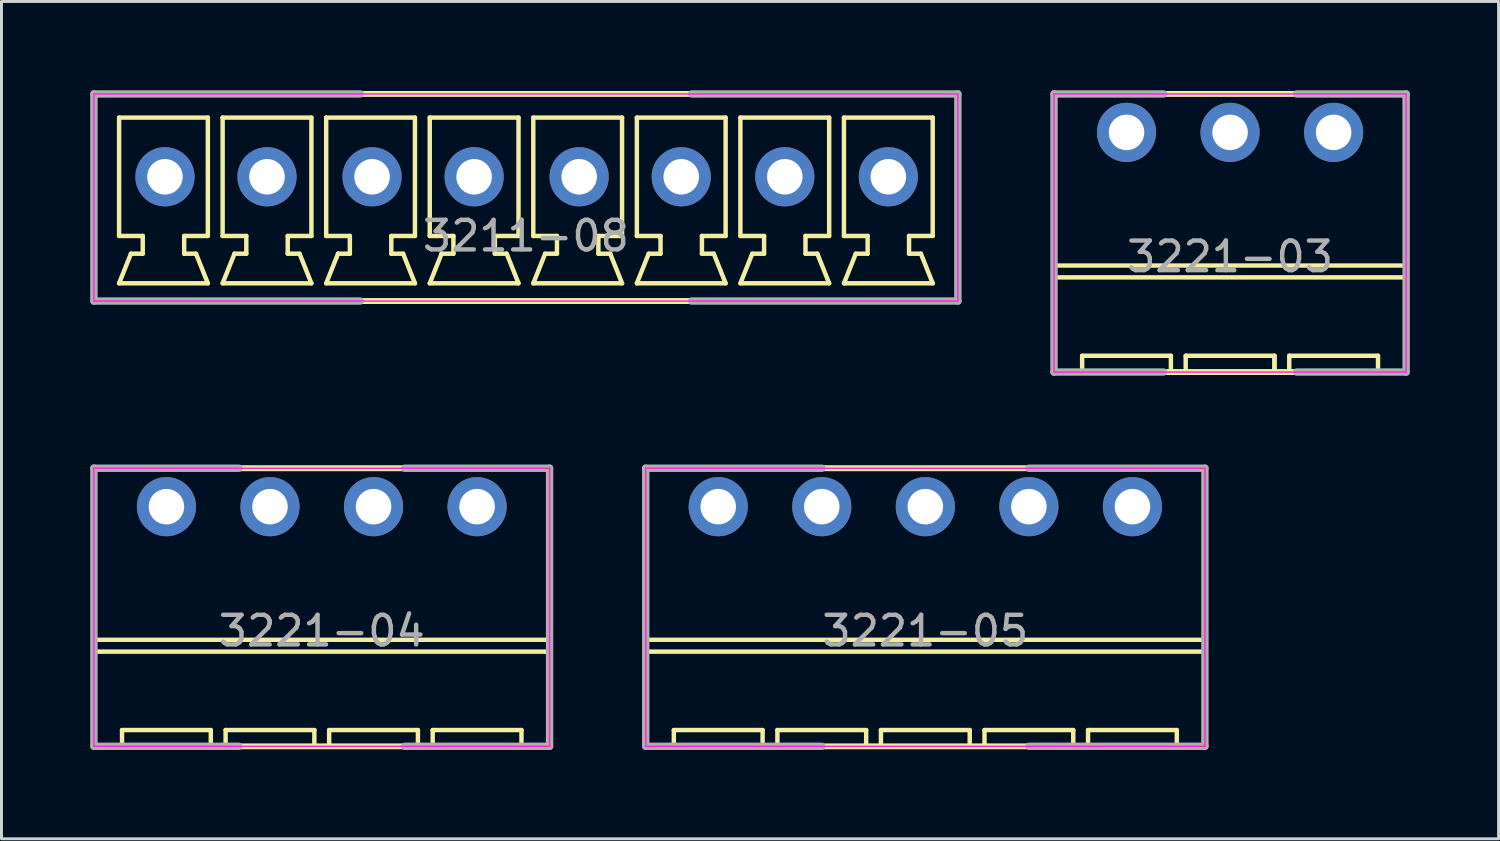
<source format=kicad_pcb>
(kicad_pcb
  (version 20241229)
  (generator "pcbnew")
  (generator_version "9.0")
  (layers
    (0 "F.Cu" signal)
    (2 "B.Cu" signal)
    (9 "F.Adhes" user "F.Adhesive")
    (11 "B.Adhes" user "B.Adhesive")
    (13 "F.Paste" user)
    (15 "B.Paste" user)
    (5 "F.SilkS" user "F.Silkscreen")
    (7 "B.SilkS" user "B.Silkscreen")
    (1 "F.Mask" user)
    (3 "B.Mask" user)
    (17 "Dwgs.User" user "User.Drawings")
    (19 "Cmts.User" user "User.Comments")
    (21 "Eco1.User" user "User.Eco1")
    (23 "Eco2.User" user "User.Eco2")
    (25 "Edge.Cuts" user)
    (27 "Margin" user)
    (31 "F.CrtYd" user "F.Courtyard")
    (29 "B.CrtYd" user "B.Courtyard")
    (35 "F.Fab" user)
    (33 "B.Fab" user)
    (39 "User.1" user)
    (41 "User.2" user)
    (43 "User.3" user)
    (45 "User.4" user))
  (footprint "3221-05"
    (layer "F.Cu")
    (at 28.225 14.075)
    (property "Reference" "3221-05" (at 0 4.2 0) (layer "F.Fab") (effects (font (size 1 1) (thickness 0.15))))
    (attr through_hole)
    (fp_line (start -9.45 -1.3) (end -9.45 8.1) (stroke (width 0.2) (type solid)) (layer "F.SilkS"))
    (fp_line (start -9.45 -1.3) (end 9.45 -1.3) (stroke (width 0.2) (type solid)) (layer "F.SilkS"))
    (fp_line (start -9.45 8.1) (end 9.45 8.1) (stroke (width 0.2) (type solid)) (layer "F.SilkS"))
    (fp_line (start -9.4 4.5) (end 9.45 4.5) (stroke (width 0.15) (type solid)) (layer "F.SilkS"))
    (fp_line (start -8.5 7.55) (end -5.5 7.55) (stroke (width 0.15) (type solid)) (layer "F.SilkS"))
    (fp_line (start -8.5 8.1) (end -8.5 7.55) (stroke (width 0.15) (type solid)) (layer "F.SilkS"))
    (fp_line (start -5.5 7.55) (end -5.5 8) (stroke (width 0.15) (type solid)) (layer "F.SilkS"))
    (fp_line (start -5 7.55) (end -2 7.55) (stroke (width 0.15) (type solid)) (layer "F.SilkS"))
    (fp_line (start -5 8.1) (end -5 7.55) (stroke (width 0.15) (type solid)) (layer "F.SilkS"))
    (fp_line (start -2 7.55) (end -2 8) (stroke (width 0.15) (type solid)) (layer "F.SilkS"))
    (fp_line (start -1.5 7.55) (end 1.5 7.55) (stroke (width 0.15) (type solid)) (layer "F.SilkS"))
    (fp_line (start -1.5 8.1) (end -1.5 7.55) (stroke (width 0.15) (type solid)) (layer "F.SilkS"))
    (fp_line (start 1.5 7.55) (end 1.5 8) (stroke (width 0.15) (type solid)) (layer "F.SilkS"))
    (fp_line (start 2 7.55) (end 5 7.55) (stroke (width 0.15) (type solid)) (layer "F.SilkS"))
    (fp_line (start 2 8) (end 2 7.55) (stroke (width 0.15) (type solid)) (layer "F.SilkS"))
    (fp_line (start 5 7.55) (end 5 8.1) (stroke (width 0.15) (type solid)) (layer "F.SilkS"))
    (fp_line (start 5.5 7.55) (end 8.5 7.55) (stroke (width 0.15) (type solid)) (layer "F.SilkS"))
    (fp_line (start 5.5 8) (end 5.5 7.55) (stroke (width 0.15) (type solid)) (layer "F.SilkS"))
    (fp_line (start 8.5 7.55) (end 8.5 8.1) (stroke (width 0.15) (type solid)) (layer "F.SilkS"))
    (fp_line (start 9.45 -1.3) (end 9.45 8.1) (stroke (width 0.2) (type solid)) (layer "F.SilkS"))
    (fp_line (start 9.45 4.9) (end -9.45 4.9) (stroke (width 0.15) (type solid)) (layer "F.SilkS"))
    (fp_line (start -9.45 -1.3) (end -9.45 8.1) (stroke (width 0.05) (type solid)) (layer "F.CrtYd"))
    (fp_line (start -9.45 8.1) (end 9.45 8.1) (stroke (width 0.05) (type solid)) (layer "F.CrtYd"))
    (fp_line (start 9.45 -1.3) (end -9.45 -1.3) (stroke (width 0.05) (type solid)) (layer "F.CrtYd"))
    (fp_line (start 9.45 8.1) (end 9.45 -1.3) (stroke (width 0.05) (type solid)) (layer "F.CrtYd"))
    (fp_line (start -9.45 -1.3) (end -9.45 8.1) (stroke (width 0.25) (type solid)) (layer "F.Fab"))
    (fp_line (start -9.45 8.1) (end -3.5 8.1) (stroke (width 0.25) (type solid)) (layer "F.Fab"))
    (fp_line (start -3.5 -1.3) (end -9.45 -1.3) (stroke (width 0.25) (type solid)) (layer "F.Fab"))
    (fp_line (start 3.5 -1.3) (end 9.45 -1.3) (stroke (width 0.25) (type solid)) (layer "F.Fab"))
    (fp_line (start 3.5 8.1) (end 9.45 8.1) (stroke (width 0.25) (type solid)) (layer "F.Fab"))
    (fp_line (start 9.45 -1.3) (end 9.45 8.1) (stroke (width 0.25) (type solid)) (layer "F.Fab"))
    (pad "1" thru_hole circle (at -7 0 180) (size 2 2) (drill 1.2) (layers "*.Cu" "*.Mask"))
    (pad "2" thru_hole circle (at -3.5 0 180) (size 2 2) (drill 1.2) (layers "*.Cu" "*.Mask"))
    (pad "3" thru_hole circle (at 0 0 180) (size 2 2) (drill 1.2) (layers "*.Cu" "*.Mask"))
    (pad "4" thru_hole circle (at 3.5 0 180) (size 2 2) (drill 1.2) (layers "*.Cu" "*.Mask"))
    (pad "5" thru_hole circle (at 7 0 180) (size 2 2) (drill 1.2) (layers "*.Cu" "*.Mask")))
  (footprint "3221-04"
    (layer "F.Cu")
    (at 7.825 14.075)
    (property "Reference" "3221-04" (at 0 4.2 0) (layer "F.Fab") (effects (font (size 1 1) (thickness 0.15))))
    (attr through_hole)
    (fp_line (start -7.7 -1.3) (end -7.7 8.1) (stroke (width 0.2) (type solid)) (layer "F.SilkS"))
    (fp_line (start -7.7 -1.3) (end 7.7 -1.3) (stroke (width 0.2) (type solid)) (layer "F.SilkS"))
    (fp_line (start -7.7 4.5) (end 7.7 4.5) (stroke (width 0.15) (type solid)) (layer "F.SilkS"))
    (fp_line (start -7.7 8.1) (end 7.7 8.1) (stroke (width 0.2) (type solid)) (layer "F.SilkS"))
    (fp_line (start -6.75 7.55) (end -3.75 7.55) (stroke (width 0.15) (type solid)) (layer "F.SilkS"))
    (fp_line (start -6.75 8.1) (end -6.75 7.55) (stroke (width 0.15) (type solid)) (layer "F.SilkS"))
    (fp_line (start -3.75 7.55) (end -3.75 8) (stroke (width 0.15) (type solid)) (layer "F.SilkS"))
    (fp_line (start -3.25 7.55) (end -0.25 7.55) (stroke (width 0.15) (type solid)) (layer "F.SilkS"))
    (fp_line (start -3.25 8.1) (end -3.25 7.55) (stroke (width 0.15) (type solid)) (layer "F.SilkS"))
    (fp_line (start -0.25 7.55) (end -0.25 8) (stroke (width 0.15) (type solid)) (layer "F.SilkS"))
    (fp_line (start 0.25 7.55) (end 3.25 7.55) (stroke (width 0.15) (type solid)) (layer "F.SilkS"))
    (fp_line (start 0.25 8.1) (end 0.25 7.55) (stroke (width 0.15) (type solid)) (layer "F.SilkS"))
    (fp_line (start 3.25 7.55) (end 3.25 8) (stroke (width 0.15) (type solid)) (layer "F.SilkS"))
    (fp_line (start 3.75 7.55) (end 6.75 7.55) (stroke (width 0.15) (type solid)) (layer "F.SilkS"))
    (fp_line (start 3.75 8) (end 3.75 7.55) (stroke (width 0.15) (type solid)) (layer "F.SilkS"))
    (fp_line (start 6.75 7.55) (end 6.75 8.1) (stroke (width 0.15) (type solid)) (layer "F.SilkS"))
    (fp_line (start 7.7 -1.3) (end 7.7 8.1) (stroke (width 0.2) (type solid)) (layer "F.SilkS"))
    (fp_line (start 7.7 4.9) (end -7.7 4.9) (stroke (width 0.15) (type solid)) (layer "F.SilkS"))
    (fp_line (start -7.7 -1.3) (end -7.7 8.1) (stroke (width 0.05) (type solid)) (layer "F.CrtYd"))
    (fp_line (start -7.7 8.1) (end 7.7 8.1) (stroke (width 0.05) (type solid)) (layer "F.CrtYd"))
    (fp_line (start 7.7 -1.3) (end -7.7 -1.3) (stroke (width 0.05) (type solid)) (layer "F.CrtYd"))
    (fp_line (start 7.7 8.1) (end 7.7 -1.3) (stroke (width 0.05) (type solid)) (layer "F.CrtYd"))
    (fp_line (start -7.7 -1.3) (end -7.7 8.1) (stroke (width 0.25) (type solid)) (layer "F.Fab"))
    (fp_line (start -7.7 8.1) (end -2.8 8.1) (stroke (width 0.25) (type solid)) (layer "F.Fab"))
    (fp_line (start -2.8 -1.3) (end -7.7 -1.3) (stroke (width 0.25) (type solid)) (layer "F.Fab"))
    (fp_line (start 2.8 -1.3) (end 7.7 -1.3) (stroke (width 0.25) (type solid)) (layer "F.Fab"))
    (fp_line (start 2.8 8.1) (end 7.7 8.1) (stroke (width 0.25) (type solid)) (layer "F.Fab"))
    (fp_line (start 7.7 -1.3) (end 7.7 8.1) (stroke (width 0.25) (type solid)) (layer "F.Fab"))
    (pad "1" thru_hole circle (at -5.25 0 180) (size 2 2) (drill 1.2) (layers "*.Cu" "*.Mask"))
    (pad "2" thru_hole circle (at -1.75 0 180) (size 2 2) (drill 1.2) (layers "*.Cu" "*.Mask"))
    (pad "3" thru_hole circle (at 1.75 0 180) (size 2 2) (drill 1.2) (layers "*.Cu" "*.Mask"))
    (pad "4" thru_hole circle (at 5.25 0 180) (size 2 2) (drill 1.2) (layers "*.Cu" "*.Mask")))
  (footprint "3211-08"
    (layer "F.Cu")
    (at 14.725 2.925)
    (property "Reference" "3211-08" (at 0 2 180) (layer "F.Fab") (effects (font (size 1 1) (thickness 0.15))))
    (attr through_hole)
    (fp_line (start -14.6 4.2) (end -14.6 -2.8) (stroke (width 0.2) (type solid)) (layer "F.SilkS"))
    (fp_line (start -13.75 -2) (end -13.75 2) (stroke (width 0.15) (type solid)) (layer "F.SilkS"))
    (fp_line (start -13.75 3.6) (end -13.35 2.6) (stroke (width 0.15) (type solid)) (layer "F.SilkS"))
    (fp_line (start -13.35 2.6) (end -12.95 2.6) (stroke (width 0.15) (type solid)) (layer "F.SilkS"))
    (fp_line (start -12.95 2) (end -13.75 2) (stroke (width 0.15) (type solid)) (layer "F.SilkS"))
    (fp_line (start -12.95 2) (end -12.95 2.6) (stroke (width 0.15) (type solid)) (layer "F.SilkS"))
    (fp_line (start -11.55 2) (end -11.55 2.6) (stroke (width 0.15) (type solid)) (layer "F.SilkS"))
    (fp_line (start -11.55 2.6) (end -11.15 2.6) (stroke (width 0.15) (type solid)) (layer "F.SilkS"))
    (fp_line (start -11.15 2.6) (end -10.75 3.6) (stroke (width 0.15) (type solid)) (layer "F.SilkS"))
    (fp_line (start -10.75 -2) (end -13.75 -2) (stroke (width 0.15) (type solid)) (layer "F.SilkS"))
    (fp_line (start -10.75 -2) (end -10.75 2) (stroke (width 0.15) (type solid)) (layer "F.SilkS"))
    (fp_line (start -10.75 2) (end -11.55 2) (stroke (width 0.15) (type solid)) (layer "F.SilkS"))
    (fp_line (start -10.75 3.6) (end -13.75 3.6) (stroke (width 0.15) (type solid)) (layer "F.SilkS"))
    (fp_line (start -10.25 -2) (end -10.25 2) (stroke (width 0.15) (type solid)) (layer "F.SilkS"))
    (fp_line (start -10.25 3.6) (end -9.85 2.6) (stroke (width 0.15) (type solid)) (layer "F.SilkS"))
    (fp_line (start -9.85 2.6) (end -9.45 2.6) (stroke (width 0.15) (type solid)) (layer "F.SilkS"))
    (fp_line (start -9.45 2) (end -10.25 2) (stroke (width 0.15) (type solid)) (layer "F.SilkS"))
    (fp_line (start -9.45 2) (end -9.45 2.6) (stroke (width 0.15) (type solid)) (layer "F.SilkS"))
    (fp_line (start -8.05 2) (end -8.05 2.6) (stroke (width 0.15) (type solid)) (layer "F.SilkS"))
    (fp_line (start -8.05 2.6) (end -7.65 2.6) (stroke (width 0.15) (type solid)) (layer "F.SilkS"))
    (fp_line (start -7.65 2.6) (end -7.25 3.6) (stroke (width 0.15) (type solid)) (layer "F.SilkS"))
    (fp_line (start -7.25 -2) (end -10.25 -2) (stroke (width 0.15) (type solid)) (layer "F.SilkS"))
    (fp_line (start -7.25 -2) (end -7.25 2) (stroke (width 0.15) (type solid)) (layer "F.SilkS"))
    (fp_line (start -7.25 2) (end -8.05 2) (stroke (width 0.15) (type solid)) (layer "F.SilkS"))
    (fp_line (start -7.25 3.6) (end -10.25 3.6) (stroke (width 0.15) (type solid)) (layer "F.SilkS"))
    (fp_line (start -6.75 -2) (end -6.75 2) (stroke (width 0.15) (type solid)) (layer "F.SilkS"))
    (fp_line (start -6.75 3.6) (end -6.35 2.6) (stroke (width 0.15) (type solid)) (layer "F.SilkS"))
    (fp_line (start -6.35 2.6) (end -5.95 2.6) (stroke (width 0.15) (type solid)) (layer "F.SilkS"))
    (fp_line (start -5.95 2) (end -6.75 2) (stroke (width 0.15) (type solid)) (layer "F.SilkS"))
    (fp_line (start -5.95 2) (end -5.95 2.6) (stroke (width 0.15) (type solid)) (layer "F.SilkS"))
    (fp_line (start -4.55 2) (end -4.55 2.6) (stroke (width 0.15) (type solid)) (layer "F.SilkS"))
    (fp_line (start -4.55 2.6) (end -4.15 2.6) (stroke (width 0.15) (type solid)) (layer "F.SilkS"))
    (fp_line (start -4.15 2.6) (end -3.75 3.6) (stroke (width 0.15) (type solid)) (layer "F.SilkS"))
    (fp_line (start -3.75 -2) (end -6.75 -2) (stroke (width 0.15) (type solid)) (layer "F.SilkS"))
    (fp_line (start -3.75 -2) (end -3.75 2) (stroke (width 0.15) (type solid)) (layer "F.SilkS"))
    (fp_line (start -3.75 2) (end -4.55 2) (stroke (width 0.15) (type solid)) (layer "F.SilkS"))
    (fp_line (start -3.75 3.6) (end -6.75 3.6) (stroke (width 0.15) (type solid)) (layer "F.SilkS"))
    (fp_line (start -3.25 -2) (end -3.25 2) (stroke (width 0.15) (type solid)) (layer "F.SilkS"))
    (fp_line (start -3.25 3.6) (end -2.85 2.6) (stroke (width 0.15) (type solid)) (layer "F.SilkS"))
    (fp_line (start -2.85 2.6) (end -2.45 2.6) (stroke (width 0.15) (type solid)) (layer "F.SilkS"))
    (fp_line (start -2.45 2) (end -3.25 2) (stroke (width 0.15) (type solid)) (layer "F.SilkS"))
    (fp_line (start -2.45 2) (end -2.45 2.6) (stroke (width 0.15) (type solid)) (layer "F.SilkS"))
    (fp_line (start -1.05 2) (end -1.05 2.6) (stroke (width 0.15) (type solid)) (layer "F.SilkS"))
    (fp_line (start -1.05 2.6) (end -0.65 2.6) (stroke (width 0.15) (type solid)) (layer "F.SilkS"))
    (fp_line (start -0.65 2.6) (end -0.25 3.6) (stroke (width 0.15) (type solid)) (layer "F.SilkS"))
    (fp_line (start -0.25 -2) (end -3.25 -2) (stroke (width 0.15) (type solid)) (layer "F.SilkS"))
    (fp_line (start -0.25 -2) (end -0.25 2) (stroke (width 0.15) (type solid)) (layer "F.SilkS"))
    (fp_line (start -0.25 2) (end -1.05 2) (stroke (width 0.15) (type solid)) (layer "F.SilkS"))
    (fp_line (start -0.25 3.6) (end -3.25 3.6) (stroke (width 0.15) (type solid)) (layer "F.SilkS"))
    (fp_line (start 0.25 -2) (end 0.25 2) (stroke (width 0.15) (type solid)) (layer "F.SilkS"))
    (fp_line (start 0.25 3.6) (end 0.65 2.6) (stroke (width 0.15) (type solid)) (layer "F.SilkS"))
    (fp_line (start 0.65 2.6) (end 1.05 2.6) (stroke (width 0.15) (type solid)) (layer "F.SilkS"))
    (fp_line (start 1.05 2) (end 0.25 2) (stroke (width 0.15) (type solid)) (layer "F.SilkS"))
    (fp_line (start 1.05 2) (end 1.05 2.6) (stroke (width 0.15) (type solid)) (layer "F.SilkS"))
    (fp_line (start 2.45 2) (end 2.45 2.6) (stroke (width 0.15) (type solid)) (layer "F.SilkS"))
    (fp_line (start 2.45 2.6) (end 2.85 2.6) (stroke (width 0.15) (type solid)) (layer "F.SilkS"))
    (fp_line (start 2.85 2.6) (end 3.25 3.6) (stroke (width 0.15) (type solid)) (layer "F.SilkS"))
    (fp_line (start 3.25 -2) (end 0.25 -2) (stroke (width 0.15) (type solid)) (layer "F.SilkS"))
    (fp_line (start 3.25 -2) (end 3.25 2) (stroke (width 0.15) (type solid)) (layer "F.SilkS"))
    (fp_line (start 3.25 2) (end 2.45 2) (stroke (width 0.15) (type solid)) (layer "F.SilkS"))
    (fp_line (start 3.25 3.6) (end 0.25 3.6) (stroke (width 0.15) (type solid)) (layer "F.SilkS"))
    (fp_line (start 3.75 -2) (end 3.75 2) (stroke (width 0.15) (type solid)) (layer "F.SilkS"))
    (fp_line (start 3.75 3.6) (end 4.15 2.6) (stroke (width 0.15) (type solid)) (layer "F.SilkS"))
    (fp_line (start 4.15 2.6) (end 4.55 2.6) (stroke (width 0.15) (type solid)) (layer "F.SilkS"))
    (fp_line (start 4.55 2) (end 3.75 2) (stroke (width 0.15) (type solid)) (layer "F.SilkS"))
    (fp_line (start 4.55 2) (end 4.55 2.6) (stroke (width 0.15) (type solid)) (layer "F.SilkS"))
    (fp_line (start 5.95 2) (end 5.95 2.6) (stroke (width 0.15) (type solid)) (layer "F.SilkS"))
    (fp_line (start 5.95 2.6) (end 6.35 2.6) (stroke (width 0.15) (type solid)) (layer "F.SilkS"))
    (fp_line (start 6.35 2.6) (end 6.75 3.6) (stroke (width 0.15) (type solid)) (layer "F.SilkS"))
    (fp_line (start 6.75 -2) (end 3.75 -2) (stroke (width 0.15) (type solid)) (layer "F.SilkS"))
    (fp_line (start 6.75 -2) (end 6.75 2) (stroke (width 0.15) (type solid)) (layer "F.SilkS"))
    (fp_line (start 6.75 2) (end 5.95 2) (stroke (width 0.15) (type solid)) (layer "F.SilkS"))
    (fp_line (start 6.75 3.6) (end 3.75 3.6) (stroke (width 0.15) (type solid)) (layer "F.SilkS"))
    (fp_line (start 7.25 -2) (end 7.25 2) (stroke (width 0.15) (type solid)) (layer "F.SilkS"))
    (fp_line (start 7.25 3.6) (end 7.65 2.6) (stroke (width 0.15) (type solid)) (layer "F.SilkS"))
    (fp_line (start 7.65 2.6) (end 8.05 2.6) (stroke (width 0.15) (type solid)) (layer "F.SilkS"))
    (fp_line (start 8.05 2) (end 7.25 2) (stroke (width 0.15) (type solid)) (layer "F.SilkS"))
    (fp_line (start 8.05 2) (end 8.05 2.6) (stroke (width 0.15) (type solid)) (layer "F.SilkS"))
    (fp_line (start 9.45 2) (end 9.45 2.6) (stroke (width 0.15) (type solid)) (layer "F.SilkS"))
    (fp_line (start 9.45 2.6) (end 9.85 2.6) (stroke (width 0.15) (type solid)) (layer "F.SilkS"))
    (fp_line (start 9.85 2.6) (end 10.25 3.6) (stroke (width 0.15) (type solid)) (layer "F.SilkS"))
    (fp_line (start 10.25 -2) (end 7.25 -2) (stroke (width 0.15) (type solid)) (layer "F.SilkS"))
    (fp_line (start 10.25 -2) (end 10.25 2) (stroke (width 0.15) (type solid)) (layer "F.SilkS"))
    (fp_line (start 10.25 2) (end 9.45 2) (stroke (width 0.15) (type solid)) (layer "F.SilkS"))
    (fp_line (start 10.25 3.6) (end 7.25 3.6) (stroke (width 0.15) (type solid)) (layer "F.SilkS"))
    (fp_line (start 10.75 -2) (end 10.75 2) (stroke (width 0.15) (type solid)) (layer "F.SilkS"))
    (fp_line (start 10.75 3.6) (end 11.15 2.6) (stroke (width 0.15) (type solid)) (layer "F.SilkS"))
    (fp_line (start 11.15 2.6) (end 11.55 2.6) (stroke (width 0.15) (type solid)) (layer "F.SilkS"))
    (fp_line (start 11.55 2) (end 10.75 2) (stroke (width 0.15) (type solid)) (layer "F.SilkS"))
    (fp_line (start 11.55 2) (end 11.55 2.6) (stroke (width 0.15) (type solid)) (layer "F.SilkS"))
    (fp_line (start 12.95 2) (end 12.95 2.6) (stroke (width 0.15) (type solid)) (layer "F.SilkS"))
    (fp_line (start 12.95 2.6) (end 13.35 2.6) (stroke (width 0.15) (type solid)) (layer "F.SilkS"))
    (fp_line (start 13.35 2.6) (end 13.75 3.6) (stroke (width 0.15) (type solid)) (layer "F.SilkS"))
    (fp_line (start 13.75 -2) (end 10.75 -2) (stroke (width 0.15) (type solid)) (layer "F.SilkS"))
    (fp_line (start 13.75 -2) (end 13.75 2) (stroke (width 0.15) (type solid)) (layer "F.SilkS"))
    (fp_line (start 13.75 2) (end 12.95 2) (stroke (width 0.15) (type solid)) (layer "F.SilkS"))
    (fp_line (start 13.75 3.6) (end 10.75 3.6) (stroke (width 0.15) (type solid)) (layer "F.SilkS"))
    (fp_line (start 14.6 -2.8) (end -14.6 -2.8) (stroke (width 0.2) (type solid)) (layer "F.SilkS"))
    (fp_line (start 14.6 4.2) (end -14.6 4.2) (stroke (width 0.2) (type solid)) (layer "F.SilkS"))
    (fp_line (start 14.6 4.2) (end 14.6 -2.8) (stroke (width 0.2) (type solid)) (layer "F.SilkS"))
    (fp_line (start -14.6 4.2) (end -14.6 -2.8) (stroke (width 0.05) (type solid)) (layer "F.CrtYd"))
    (fp_line (start 14.6 -2.8) (end -14.6 -2.8) (stroke (width 0.05) (type solid)) (layer "F.CrtYd"))
    (fp_line (start 14.6 4.2) (end -14.6 4.2) (stroke (width 0.05) (type solid)) (layer "F.CrtYd"))
    (fp_line (start 14.6 4.2) (end 14.6 -2.8) (stroke (width 0.05) (type solid)) (layer "F.CrtYd"))
    (fp_line (start -14.6 4.2) (end -14.6 -2.8) (stroke (width 0.25) (type solid)) (layer "F.Fab"))
    (fp_line (start -5.6 -2.8) (end -14.6 -2.8) (stroke (width 0.25) (type solid)) (layer "F.Fab"))
    (fp_line (start -5.6 4.2) (end -14.6 4.2) (stroke (width 0.25) (type solid)) (layer "F.Fab"))
    (fp_line (start 14.6 -2.8) (end 5.6 -2.8) (stroke (width 0.25) (type solid)) (layer "F.Fab"))
    (fp_line (start 14.6 4.2) (end 5.6 4.2) (stroke (width 0.25) (type solid)) (layer "F.Fab"))
    (fp_line (start 14.6 4.2) (end 14.6 -2.8) (stroke (width 0.25) (type solid)) (layer "F.Fab"))
    (pad "1" thru_hole circle (at -12.2 0) (size 2 2) (drill 1.2) (layers "*.Cu" "*.Mask"))
    (pad "2" thru_hole circle (at -8.75 0) (size 2 2) (drill 1.2) (layers "*.Cu" "*.Mask"))
    (pad "3" thru_hole circle (at -5.2 0) (size 2 2) (drill 1.2) (layers "*.Cu" "*.Mask"))
    (pad "4" thru_hole circle (at -1.75 0) (size 2 2) (drill 1.2) (layers "*.Cu" "*.Mask"))
    (pad "5" thru_hole circle (at 1.8 0) (size 2 2) (drill 1.2) (layers "*.Cu" "*.Mask"))
    (pad "6" thru_hole circle (at 5.25 0) (size 2 2) (drill 1.2) (layers "*.Cu" "*.Mask"))
    (pad "7" thru_hole circle (at 8.75 0) (size 2 2) (drill 1.2) (layers "*.Cu" "*.Mask"))
    (pad "8" thru_hole circle (at 12.25 0) (size 2 2) (drill 1.2) (layers "*.Cu" "*.Mask")))
  (footprint "3221-03"
    (layer "F.Cu")
    (at 38.525 1.425)
    (property "Reference" "3221-03" (at 0 4.2 0) (layer "F.Fab") (effects (font (size 1 1) (thickness 0.15))))
    (attr through_hole)
    (fp_line (start -5.95 -1.3) (end -5.95 8.1) (stroke (width 0.2) (type solid)) (layer "F.SilkS"))
    (fp_line (start -5.95 -1.3) (end 5.95 -1.3) (stroke (width 0.2) (type solid)) (layer "F.SilkS"))
    (fp_line (start -5.95 4.5) (end 5.95 4.5) (stroke (width 0.15) (type solid)) (layer "F.SilkS"))
    (fp_line (start -5.95 8.1) (end 5.95 8.1) (stroke (width 0.2) (type solid)) (layer "F.SilkS"))
    (fp_line (start -5 7.55) (end -2 7.55) (stroke (width 0.15) (type solid)) (layer "F.SilkS"))
    (fp_line (start -5 8.1) (end -5 7.55) (stroke (width 0.15) (type solid)) (layer "F.SilkS"))
    (fp_line (start -2 7.55) (end -2 8) (stroke (width 0.15) (type solid)) (layer "F.SilkS"))
    (fp_line (start -1.5 7.55) (end 1.5 7.55) (stroke (width 0.15) (type solid)) (layer "F.SilkS"))
    (fp_line (start -1.5 8) (end -1.5 7.55) (stroke (width 0.15) (type solid)) (layer "F.SilkS"))
    (fp_line (start 1.5 7.55) (end 1.5 8) (stroke (width 0.15) (type solid)) (layer "F.SilkS"))
    (fp_line (start 1.5 7.55) (end 1.5 8.1) (stroke (width 0.15) (type solid)) (layer "F.SilkS"))
    (fp_line (start 2 7.55) (end 5 7.55) (stroke (width 0.15) (type solid)) (layer "F.SilkS"))
    (fp_line (start 2 8) (end 2 7.55) (stroke (width 0.15) (type solid)) (layer "F.SilkS"))
    (fp_line (start 5 7.55) (end 5 8.1) (stroke (width 0.15) (type solid)) (layer "F.SilkS"))
    (fp_line (start 5.95 -1.3) (end 5.95 8.1) (stroke (width 0.2) (type solid)) (layer "F.SilkS"))
    (fp_line (start 5.95 4.9) (end -5.95 4.9) (stroke (width 0.15) (type solid)) (layer "F.SilkS"))
    (fp_line (start -5.95 -1.3) (end -5.95 8.1) (stroke (width 0.05) (type solid)) (layer "F.CrtYd"))
    (fp_line (start -5.95 8.1) (end 5.95 8.1) (stroke (width 0.05) (type solid)) (layer "F.CrtYd"))
    (fp_line (start 5.95 -1.3) (end -5.95 -1.3) (stroke (width 0.05) (type solid)) (layer "F.CrtYd"))
    (fp_line (start 5.95 8.1) (end 5.95 -1.3) (stroke (width 0.05) (type solid)) (layer "F.CrtYd"))
    (fp_line (start -5.95 -1.3) (end -5.95 8.1) (stroke (width 0.25) (type solid)) (layer "F.Fab"))
    (fp_line (start -5.95 -1.3) (end -2.25 -1.3) (stroke (width 0.25) (type solid)) (layer "F.Fab"))
    (fp_line (start -5.95 8.1) (end -2.25 8.1) (stroke (width 0.25) (type solid)) (layer "F.Fab"))
    (fp_line (start 2.25 -1.3) (end 5.95 -1.3) (stroke (width 0.25) (type solid)) (layer "F.Fab"))
    (fp_line (start 2.25 8.1) (end 5.95 8.1) (stroke (width 0.25) (type solid)) (layer "F.Fab"))
    (fp_line (start 5.95 -1.3) (end 5.95 8.1) (stroke (width 0.25) (type solid)) (layer "F.Fab"))
    (pad "1" thru_hole circle (at -3.5 0 180) (size 2 2) (drill 1.2) (layers "*.Cu" "*.Mask"))
    (pad "2" thru_hole circle (at 0 0 180) (size 2 2) (drill 1.2) (layers "*.Cu" "*.Mask"))
    (pad "3" thru_hole circle (at 3.5 0 180) (size 2 2) (drill 1.2) (layers "*.Cu" "*.Mask")))
  (gr_rect
    (start -3 -3)
    (end 47.6 25.3)
    (stroke (width 0.1) (type default))
    (fill no)
    (layer "Edge.Cuts")))
</source>
